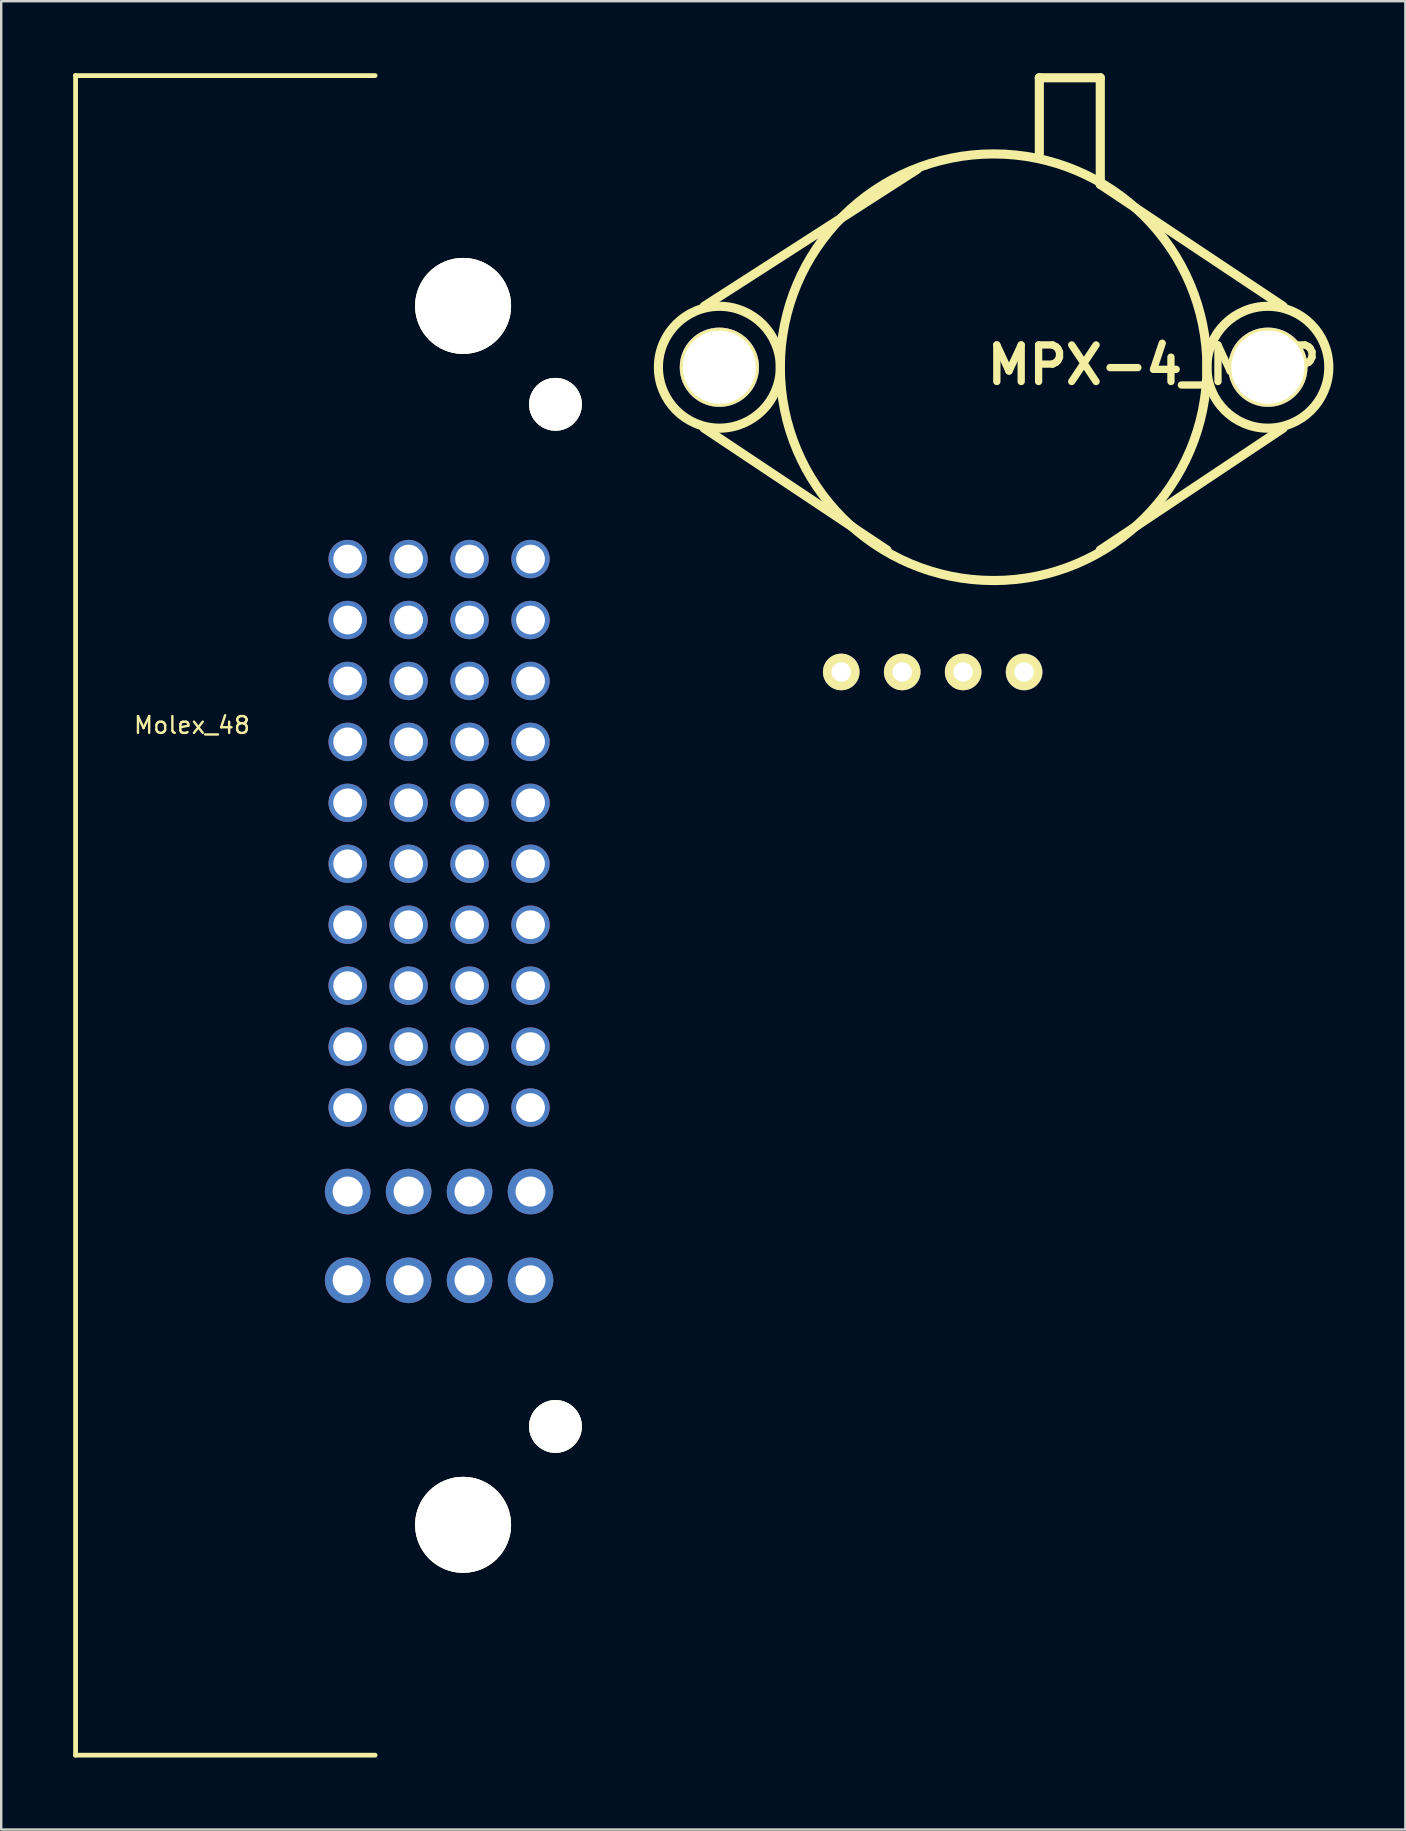
<source format=kicad_pcb>
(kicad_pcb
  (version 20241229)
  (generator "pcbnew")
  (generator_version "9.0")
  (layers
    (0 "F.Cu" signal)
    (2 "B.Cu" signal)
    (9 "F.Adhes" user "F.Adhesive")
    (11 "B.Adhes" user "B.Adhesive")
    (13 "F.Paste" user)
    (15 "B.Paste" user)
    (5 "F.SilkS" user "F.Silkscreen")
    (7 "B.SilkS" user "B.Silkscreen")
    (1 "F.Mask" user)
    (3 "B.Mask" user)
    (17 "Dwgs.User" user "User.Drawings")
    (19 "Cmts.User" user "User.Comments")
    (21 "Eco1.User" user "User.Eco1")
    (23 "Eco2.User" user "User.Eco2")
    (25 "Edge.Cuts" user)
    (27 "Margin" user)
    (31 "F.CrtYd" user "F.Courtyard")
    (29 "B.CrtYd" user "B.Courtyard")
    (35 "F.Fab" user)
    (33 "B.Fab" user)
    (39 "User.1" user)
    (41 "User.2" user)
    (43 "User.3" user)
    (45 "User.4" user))
  (footprint "MPX-4_MAP"
    (layer "F.Cu")
    (at 38.361 8.445)
    (property "Reference" "MPX-4_MAP" (at 6.665 3.716 0) (layer "F.SilkS") (effects (font (size 1.524 1.524) (thickness 0.305))))
    (attr through_hole)
    (fp_line (start -12.065 1.27) (end -3.175 -4.445) (stroke (width 0.381) (type solid)) (layer "F.SilkS"))
    (fp_line (start -4.445 11.43) (end -12.065 6.35) (stroke (width 0.381) (type solid)) (layer "F.SilkS"))
    (fp_line (start 1.905 -8.255) (end 4.445 -8.255) (stroke (width 0.381) (type solid)) (layer "F.SilkS"))
    (fp_line (start 1.905 -5.08) (end 1.905 -8.255) (stroke (width 0.381) (type solid)) (layer "F.SilkS"))
    (fp_line (start 4.445 -8.255) (end 4.445 -3.81) (stroke (width 0.381) (type solid)) (layer "F.SilkS"))
    (fp_line (start 4.445 -3.81) (end 12.065 1.27) (stroke (width 0.381) (type solid)) (layer "F.SilkS"))
    (fp_line (start 4.445 11.43) (end 12.065 6.35) (stroke (width 0.381) (type solid)) (layer "F.SilkS"))
    (fp_circle (center -11.43 3.81) (end -13.97 3.81) (stroke (width 0.381) (type solid)) (fill no) (layer "F.SilkS"))
    (fp_circle (center 0 3.81) (end 0 12.7) (stroke (width 0.381) (type solid)) (fill no) (layer "F.SilkS"))
    (fp_circle (center 11.43 3.81) (end 13.97 3.81) (stroke (width 0.381) (type solid)) (fill no) (layer "F.SilkS"))
    (pad "" thru_hole circle (at -11.43 3.81) (size 3.302 3.302) (drill 3.048) (layers "*.Cu" "*.Mask" "F.SilkS"))
    (pad "" thru_hole circle (at 11.43 3.81) (size 3.302 3.302) (drill 3.048) (layers "*.Cu" "*.Mask" "F.SilkS"))
    (pad "1" thru_hole circle (at -6.35 16.51) (size 1.524 1.524) (drill 0.813) (layers "*.Cu" "*.Mask" "F.SilkS"))
    (pad "2" thru_hole circle (at -3.81 16.51) (size 1.524 1.524) (drill 0.813) (layers "*.Cu" "*.Mask" "F.SilkS"))
    (pad "3" thru_hole circle (at -1.27 16.51) (size 1.524 1.524) (drill 0.813) (layers "*.Cu" "*.Mask" "F.SilkS"))
    (pad "4" thru_hole circle (at 1.27 16.51) (size 1.524 1.524) (drill 0.813) (layers "*.Cu" "*.Mask" "F.SilkS")))
  (footprint "Molex_48"
    (layer "F.Cu")
    (at 15.25 35.1)
    (property "Reference" "Molex_48" (at -10.3 -7.925 0) (layer "F.SilkS") (effects (font (size 0.7 0.7) (thickness 0.1))))
    (attr through_hole)
    (fp_line (start -15.15 -35) (end -15.15 35) (stroke (width 0.2) (type solid)) (layer "F.SilkS"))
    (fp_line (start -15.15 -35) (end -2.667 -35) (stroke (width 0.2) (type solid)) (layer "F.SilkS"))
    (fp_line (start -15.15 35) (end -2.667 35) (stroke (width 0.2) (type solid)) (layer "F.SilkS"))
    (pad "" thru_hole circle (at 1 -25.4) (size 4 4) (drill 4) (layers "*.Cu" "*.Mask" "F.SilkS"))
    (pad "" thru_hole circle (at 1 25.4) (size 4 4) (drill 4) (layers "*.Cu" "*.Mask" "F.SilkS"))
    (pad "" thru_hole circle (at 4.85 -21.3) (size 2.2 2.2) (drill 2.2) (layers "*.Cu" "*.Mask" "F.SilkS"))
    (pad "" thru_hole circle (at 4.85 21.3) (size 2.2 2.2) (drill 2.2) (layers "*.Cu" "*.Mask" "F.SilkS"))
    (pad "1" thru_hole circle (at -3.81 15.21) (size 1.9 1.9) (drill 1.25) (layers "*.Cu" "*.Mask"))
    (pad "2" thru_hole circle (at -1.27 15.21) (size 1.9 1.9) (drill 1.25) (layers "*.Cu" "*.Mask"))
    (pad "3" thru_hole circle (at 1.27 15.21) (size 1.9 1.9) (drill 1.25) (layers "*.Cu" "*.Mask"))
    (pad "4" thru_hole circle (at 3.81 15.21) (size 1.9 1.9) (drill 1.25) (layers "*.Cu" "*.Mask"))
    (pad "5" thru_hole circle (at -3.81 11.51) (size 1.9 1.9) (drill 1.25) (layers "*.Cu" "*.Mask"))
    (pad "6" thru_hole circle (at -1.27 11.51) (size 1.9 1.9) (drill 1.25) (layers "*.Cu" "*.Mask"))
    (pad "7" thru_hole circle (at 1.27 11.51) (size 1.9 1.9) (drill 1.25) (layers "*.Cu" "*.Mask"))
    (pad "8" thru_hole circle (at 3.81 11.51) (size 1.9 1.9) (drill 1.25) (layers "*.Cu" "*.Mask"))
    (pad "9" thru_hole circle (at -3.81 8.01) (size 1.6 1.6) (drill 1.2) (layers "*.Cu" "*.Mask"))
    (pad "10" thru_hole circle (at -1.27 8.01) (size 1.6 1.6) (drill 1.2) (layers "*.Cu" "*.Mask"))
    (pad "11" thru_hole circle (at 1.27 8.01) (size 1.6 1.6) (drill 1.2) (layers "*.Cu" "*.Mask"))
    (pad "12" thru_hole circle (at 3.81 8.01) (size 1.6 1.6) (drill 1.2) (layers "*.Cu" "*.Mask"))
    (pad "13" thru_hole circle (at -3.81 5.47) (size 1.6 1.6) (drill 1.2) (layers "*.Cu" "*.Mask"))
    (pad "14" thru_hole circle (at -1.27 5.47) (size 1.6 1.6) (drill 1.2) (layers "*.Cu" "*.Mask"))
    (pad "15" thru_hole circle (at 1.27 5.47) (size 1.6 1.6) (drill 1.2) (layers "*.Cu" "*.Mask"))
    (pad "16" thru_hole circle (at 3.81 5.47) (size 1.6 1.6) (drill 1.2) (layers "*.Cu" "*.Mask"))
    (pad "17" thru_hole circle (at -3.81 2.93) (size 1.6 1.6) (drill 1.2) (layers "*.Cu" "*.Mask"))
    (pad "18" thru_hole circle (at -1.27 2.93) (size 1.6 1.6) (drill 1.2) (layers "*.Cu" "*.Mask"))
    (pad "19" thru_hole circle (at 1.27 2.93) (size 1.6 1.6) (drill 1.2) (layers "*.Cu" "*.Mask"))
    (pad "20" thru_hole circle (at 3.81 2.93) (size 1.6 1.6) (drill 1.2) (layers "*.Cu" "*.Mask"))
    (pad "21" thru_hole circle (at -3.81 0.39) (size 1.6 1.6) (drill 1.2) (layers "*.Cu" "*.Mask"))
    (pad "22" thru_hole circle (at -1.27 0.39) (size 1.6 1.6) (drill 1.2) (layers "*.Cu" "*.Mask"))
    (pad "23" thru_hole circle (at 1.27 0.39) (size 1.6 1.6) (drill 1.2) (layers "*.Cu" "*.Mask"))
    (pad "24" thru_hole circle (at 3.81 0.39) (size 1.6 1.6) (drill 1.2) (layers "*.Cu" "*.Mask"))
    (pad "25" thru_hole circle (at -3.81 -2.15) (size 1.6 1.6) (drill 1.2) (layers "*.Cu" "*.Mask"))
    (pad "26" thru_hole circle (at -1.27 -2.15) (size 1.6 1.6) (drill 1.2) (layers "*.Cu" "*.Mask"))
    (pad "27" thru_hole circle (at 1.27 -2.15) (size 1.6 1.6) (drill 1.2) (layers "*.Cu" "*.Mask"))
    (pad "28" thru_hole circle (at 3.81 -2.15) (size 1.6 1.6) (drill 1.2) (layers "*.Cu" "*.Mask"))
    (pad "29" thru_hole circle (at -3.81 -4.69) (size 1.6 1.6) (drill 1.2) (layers "*.Cu" "*.Mask"))
    (pad "30" thru_hole circle (at -1.27 -4.69) (size 1.6 1.6) (drill 1.2) (layers "*.Cu" "*.Mask"))
    (pad "31" thru_hole circle (at 1.27 -4.69) (size 1.6 1.6) (drill 1.2) (layers "*.Cu" "*.Mask"))
    (pad "32" thru_hole circle (at 3.81 -4.69) (size 1.6 1.6) (drill 1.2) (layers "*.Cu" "*.Mask"))
    (pad "33" thru_hole circle (at -3.81 -7.23) (size 1.6 1.6) (drill 1.2) (layers "*.Cu" "*.Mask"))
    (pad "34" thru_hole circle (at -1.27 -7.23) (size 1.6 1.6) (drill 1.2) (layers "*.Cu" "*.Mask"))
    (pad "35" thru_hole circle (at 1.27 -7.23) (size 1.6 1.6) (drill 1.2) (layers "*.Cu" "*.Mask"))
    (pad "36" thru_hole circle (at 3.81 -7.23) (size 1.6 1.6) (drill 1.2) (layers "*.Cu" "*.Mask"))
    (pad "37" thru_hole circle (at -3.81 -9.77) (size 1.6 1.6) (drill 1.2) (layers "*.Cu" "*.Mask"))
    (pad "38" thru_hole circle (at -1.27 -9.77) (size 1.6 1.6) (drill 1.2) (layers "*.Cu" "*.Mask"))
    (pad "39" thru_hole circle (at 1.27 -9.77) (size 1.6 1.6) (drill 1.2) (layers "*.Cu" "*.Mask"))
    (pad "40" thru_hole circle (at 3.81 -9.77) (size 1.6 1.6) (drill 1.2) (layers "*.Cu" "*.Mask"))
    (pad "41" thru_hole circle (at -3.81 -12.31) (size 1.6 1.6) (drill 1.2) (layers "*.Cu" "*.Mask"))
    (pad "42" thru_hole circle (at -1.27 -12.31) (size 1.6 1.6) (drill 1.2) (layers "*.Cu" "*.Mask"))
    (pad "43" thru_hole circle (at 1.27 -12.31) (size 1.6 1.6) (drill 1.2) (layers "*.Cu" "*.Mask"))
    (pad "44" thru_hole circle (at 3.81 -12.31) (size 1.6 1.6) (drill 1.2) (layers "*.Cu" "*.Mask"))
    (pad "45" thru_hole circle (at -3.81 -14.85) (size 1.6 1.6) (drill 1.2) (layers "*.Cu" "*.Mask"))
    (pad "46" thru_hole circle (at -1.27 -14.85) (size 1.6 1.6) (drill 1.2) (layers "*.Cu" "*.Mask"))
    (pad "47" thru_hole circle (at 1.27 -14.85) (size 1.6 1.6) (drill 1.2) (layers "*.Cu" "*.Mask"))
    (pad "48" thru_hole circle (at 3.81 -14.85) (size 1.6 1.6) (drill 1.2) (layers "*.Cu" "*.Mask")))
  (gr_rect
    (start -3 -3)
    (end 55.521 73.2)
    (stroke (width 0.1) (type default))
    (fill no)
    (layer "Edge.Cuts")))
</source>
